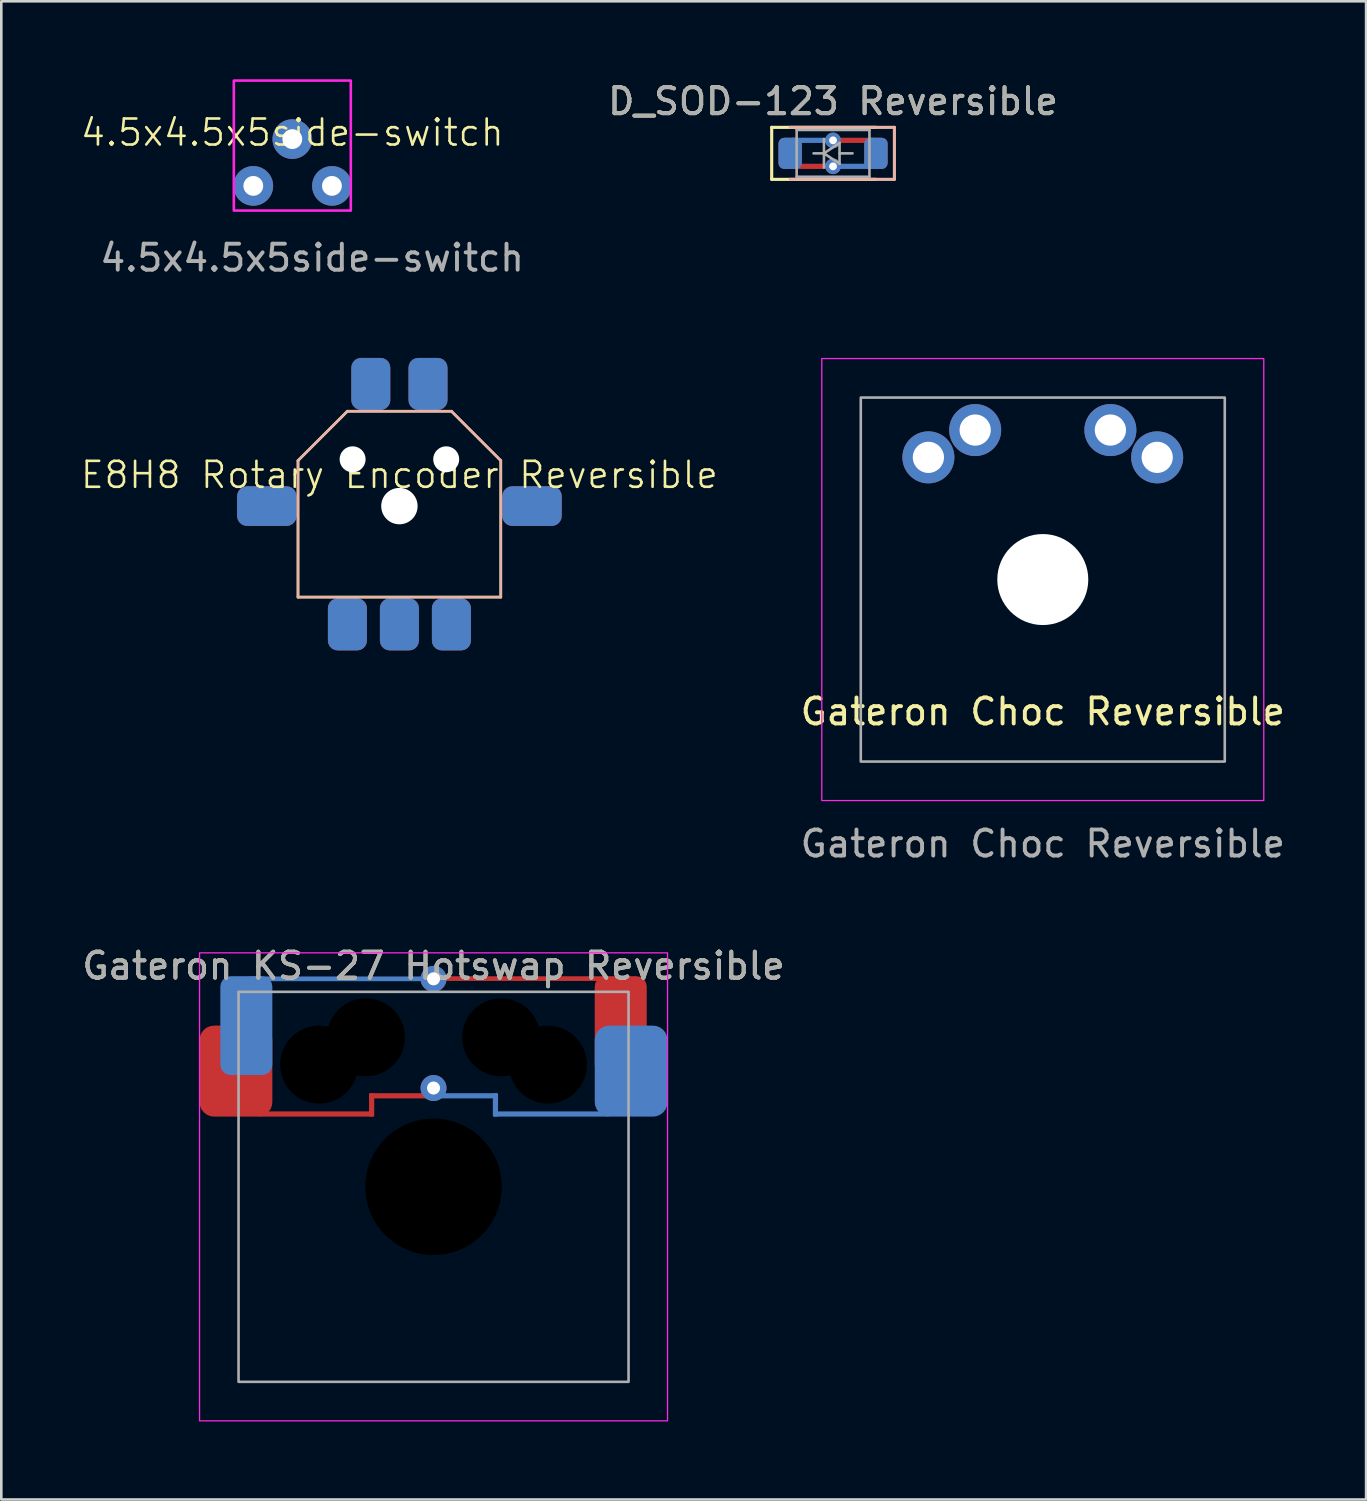
<source format=kicad_pcb>
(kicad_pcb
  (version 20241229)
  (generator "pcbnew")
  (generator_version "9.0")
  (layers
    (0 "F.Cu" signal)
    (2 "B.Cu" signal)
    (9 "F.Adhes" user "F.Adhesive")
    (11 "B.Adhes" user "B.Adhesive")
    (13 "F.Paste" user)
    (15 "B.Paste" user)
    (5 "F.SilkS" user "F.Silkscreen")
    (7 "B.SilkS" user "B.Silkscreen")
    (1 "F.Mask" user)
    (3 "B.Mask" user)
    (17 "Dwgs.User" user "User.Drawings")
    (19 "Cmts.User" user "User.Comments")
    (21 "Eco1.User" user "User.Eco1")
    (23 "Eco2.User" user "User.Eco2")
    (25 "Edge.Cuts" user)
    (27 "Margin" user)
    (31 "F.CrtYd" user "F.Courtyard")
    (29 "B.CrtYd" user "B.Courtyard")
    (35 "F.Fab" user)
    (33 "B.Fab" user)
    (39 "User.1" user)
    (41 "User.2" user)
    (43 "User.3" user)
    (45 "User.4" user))
  (footprint "4.5x4.5x5side-switch"
    (layer "F.Cu")
    (at 8.193 2.55)
    (property "Reference" "4.5x4.5x5side-switch" (at 0 -0.5 0) (unlocked yes) (layer "F.SilkS") (effects (font (size 1 1) (thickness 0.1))))
    (attr through_hole)
    (fp_rect (start -2.25 -2.5) (end 2.25 2.5) (stroke (width 0.1) (type default)) (fill no) (layer "F.CrtYd"))
    (fp_text user "${REFERENCE}" (at 0.762 4.318 0) (unlocked yes) (layer "F.Fab") (effects (font (size 1 1) (thickness 0.15))))
    (pad "1" thru_hole circle (at -1.5 1.55) (size 1.524 1.524) (drill 0.762) (layers "*.Cu" "*.Mask"))
    (pad "2" thru_hole circle (at 1.524 1.55) (size 1.524 1.524) (drill 0.762) (layers "*.Cu" "*.Mask"))
    (pad "3" thru_hole circle (at 0 -0.25) (size 1.524 1.524) (drill 0.762) (layers "*.Cu" "*.Mask")))
  (footprint "Gateron Choc Reversible"
    (layer "F.Cu")
    (at 37.058 19.241)
    (property "Reference" "Gateron Choc Reversible" (at 0 5.08 0) (unlocked yes) (layer "F.SilkS") (effects (font (size 1 1) (thickness 0.15))))
    (attr through_hole)
    (fp_rect (start -8.5 -8.5) (end 8.5 8.5) (stroke (width 0.05) (type solid)) (fill no) (layer "F.CrtYd"))
    (fp_rect (start -7 -7) (end 7 7) (stroke (width 0.1) (type solid)) (fill no) (layer "F.Fab"))
    (fp_text user "${REFERENCE}" (at 0 10.16 0) (unlocked yes) (layer "F.Fab") (effects (font (size 1 1) (thickness 0.15))))
    (pad "" np_thru_hole circle (at 0 0) (size 3.5 3.5) (drill 3.5) (layers "*.Cu" "*.Mask"))
    (pad "1" thru_hole circle (at -4.4 -4.7) (size 2 2) (drill 1.2) (layers "*.Cu" "*.Mask"))
    (pad "1" thru_hole circle (at -2.6 -5.75) (size 2 2) (drill 1.2) (layers "*.Cu" "*.Mask"))
    (pad "2" thru_hole circle (at 2.6 -5.75) (size 2 2) (drill 1.2) (layers "*.Cu" "*.Mask"))
    (pad "2" thru_hole circle (at 4.4 -4.7) (size 2 2) (drill 1.2) (layers "*.Cu" "*.Mask")))
  (footprint "Gateron KS-27 Hotswap Reversible"
    (layer "F.Cu")
    (at 13.625 42.598)
    (property "Reference" "Gateron KS-27 Hotswap Reversible" (at 0 -8.5 0) (unlocked yes) (layer "F.SilkS") (effects (font (size 1 1) (thickness 0.15))))
    (fp_rect (start 9 -9) (end -9 9) (stroke (width 0.05) (type solid)) (fill no) (layer "F.CrtYd"))
    (fp_rect (start 7.5 -7.5) (end -7.5 7.5) (stroke (width 0.1) (type solid)) (fill no) (layer "F.Fab"))
    (fp_text user "${REFERENCE}" (at 0 -8.5 0) (unlocked yes) (layer "F.Fab") (effects (font (size 1 1) (thickness 0.15))))
    (pad "" np_thru_hole circle (at -4.4 -4.7) (size 3 3) (drill 3) (layers "*.Mask"))
    (pad "" np_thru_hole circle (at -2.6 -5.75) (size 3 3) (drill 3) (layers "*.Mask"))
    (pad "" np_thru_hole circle (at 0 0) (size 5.25 5.25) (drill 5.25) (layers "*.Mask"))
    (pad "" np_thru_hole circle (at 2.6 -5.75) (size 3 3) (drill 3) (layers "*.Mask"))
    (pad "" np_thru_hole circle (at 4.4 -4.7) (size 3 3) (drill 3) (layers "*.Mask"))
    (pad "1" smd roundrect (at -7.6 -4.45) (size 2.8 3.5) (layers "F.Cu" "F.Mask" "F.Paste") (roundrect_rratio 0.2))
    (pad "1" smd roundrect (at -4.525 -2.8) (size 4.45 0.2) (layers "F.Cu" "F.Mask" "F.Paste") (roundrect_rratio 0.2))
    (pad "1" smd roundrect (at -2.381 -3.15) (size 0.2 0.9) (layers "F.Cu" "F.Mask" "F.Paste") (roundrect_rratio 0.2))
    (pad "1" smd roundrect (at -1.3 -3.5) (size 2.35 0.2) (layers "F.Cu" "F.Mask" "F.Paste") (roundrect_rratio 0.2))
    (pad "1" thru_hole circle (at 0 -3.8) (size 1 1) (drill 0.5) (layers "*.Cu" "*.Mask"))
    (pad "1" smd roundrect (at 1.3 -3.5) (size 2.35 0.2) (layers "B.Cu" "B.Mask" "B.Paste") (roundrect_rratio 0.2))
    (pad "1" smd roundrect (at 2.381 -3.15) (size 0.2 0.9) (layers "B.Cu" "B.Mask" "B.Paste") (roundrect_rratio 0.2))
    (pad "1" smd roundrect (at 4.525 -2.8) (size 4.45 0.2) (layers "B.Cu" "B.Mask" "B.Paste") (roundrect_rratio 0.2))
    (pad "1" smd roundrect (at 7.6 -4.45) (size 2.8 3.5) (layers "B.Cu" "B.Mask" "B.Paste") (roundrect_rratio 0.2))
    (pad "2" smd roundrect (at -7.2 -6.2) (size 2 3.8) (layers "B.Cu" "B.Mask" "B.Paste") (roundrect_rratio 0.2))
    (pad "2" smd roundrect (at -3.55 -8) (size 7.1 0.181) (layers "B.Cu" "B.Mask" "B.Paste") (roundrect_rratio 0.2))
    (pad "2" thru_hole circle (at 0 -8) (size 1 1) (drill 0.5) (layers "*.Cu" "*.Mask"))
    (pad "2" smd roundrect (at 3.413 -8.009) (size 6.575 0.181) (layers "F.Cu" "F.Mask" "F.Paste") (roundrect_rratio 0.2))
    (pad "2" smd roundrect (at 7.2 -6.2) (size 2 3.8) (layers "F.Cu" "F.Mask" "F.Paste") (roundrect_rratio 0.2)))
  (footprint "D_SOD-123 Reversible"
    (layer "F.Cu")
    (at 28.991 2.848)
    (property "Reference" "D_SOD-123 Reversible" (at 0 -2 0) (layer "F.SilkS") (effects (font (size 1 1) (thickness 0.15))))
    (attr smd)
    (fp_line (start -2.36 -1) (end -2.36 1) (stroke (width 0.12) (type solid)) (layer "F.SilkS"))
    (fp_line (start -2.36 -1) (end 1.65 -1) (stroke (width 0.12) (type solid)) (layer "F.SilkS"))
    (fp_line (start -2.36 1) (end 1.65 1) (stroke (width 0.12) (type solid)) (layer "F.SilkS"))
    (fp_line (start -1.65 -1) (end 2.36 -1) (stroke (width 0.12) (type solid)) (layer "B.SilkS"))
    (fp_line (start -1.65 1) (end 2.36 1) (stroke (width 0.12) (type solid)) (layer "B.SilkS"))
    (fp_line (start 2.36 1) (end 2.36 -1) (stroke (width 0.12) (type solid)) (layer "B.SilkS"))
    (fp_line (start -1.4 -0.9) (end 1.4 -0.9) (stroke (width 0.1) (type solid)) (layer "F.Fab"))
    (fp_line (start -1.4 0.9) (end -1.4 -0.9) (stroke (width 0.1) (type solid)) (layer "F.Fab"))
    (fp_line (start -0.75 0) (end -0.35 0) (stroke (width 0.1) (type solid)) (layer "F.Fab"))
    (fp_line (start -0.35 0) (end -0.35 -0.55) (stroke (width 0.1) (type solid)) (layer "F.Fab"))
    (fp_line (start -0.35 0) (end -0.35 0.55) (stroke (width 0.1) (type solid)) (layer "F.Fab"))
    (fp_line (start -0.35 0) (end 0.25 -0.4) (stroke (width 0.1) (type solid)) (layer "F.Fab"))
    (fp_line (start 0.25 -0.4) (end 0.25 0.4) (stroke (width 0.1) (type solid)) (layer "F.Fab"))
    (fp_line (start 0.25 0) (end 0.75 0) (stroke (width 0.1) (type solid)) (layer "F.Fab"))
    (fp_line (start 0.25 0.4) (end -0.35 0) (stroke (width 0.1) (type solid)) (layer "F.Fab"))
    (fp_line (start 1.4 -0.9) (end 1.4 0.9) (stroke (width 0.1) (type solid)) (layer "F.Fab"))
    (fp_line (start 1.4 0.9) (end -1.4 0.9) (stroke (width 0.1) (type solid)) (layer "F.Fab"))
    (fp_text user "${REFERENCE}" (at 0 -2 0) (layer "F.Fab") (effects (font (size 1 1) (thickness 0.15))))
    (pad "1" smd roundrect (at -1.65 0) (size 0.9 1.2) (layers "F.Cu" "F.Mask" "F.Paste") (roundrect_rratio 0.25))
    (pad "1" smd roundrect (at -0.8 0.5) (size 1.65 0.2) (layers "F.Cu" "F.Mask" "F.Paste") (roundrect_rratio 0.25))
    (pad "1" thru_hole circle (at 0 0.5) (size 0.6 0.6) (drill 0.3) (layers "*.Cu" "*.Mask"))
    (pad "1" smd roundrect (at 0.8 0.5) (size 1.65 0.2) (layers "B.Cu" "B.Mask" "B.Paste") (roundrect_rratio 0.25))
    (pad "1" smd roundrect (at 1.65 0) (size 0.9 1.2) (layers "B.Cu" "B.Mask" "B.Paste") (roundrect_rratio 0.25))
    (pad "2" smd roundrect (at -1.65 0) (size 0.9 1.2) (layers "B.Cu" "B.Mask" "B.Paste") (roundrect_rratio 0.25))
    (pad "2" smd roundrect (at -0.8 -0.5) (size 1.65 0.2) (layers "B.Cu" "B.Mask" "B.Paste") (roundrect_rratio 0.25))
    (pad "2" thru_hole circle (at 0 -0.5) (size 0.6 0.6) (drill 0.3) (layers "*.Cu" "*.Mask"))
    (pad "2" smd roundrect (at 0.8 -0.5) (size 1.65 0.2) (layers "F.Cu" "F.Mask" "F.Paste") (roundrect_rratio 0.25))
    (pad "2" smd roundrect (at 1.65 0) (size 0.9 1.2) (layers "F.Cu" "F.Mask" "F.Paste") (roundrect_rratio 0.25)))
  (footprint "E8H8 Rotary Encoder Reversible"
    (layer "F.Cu")
    (at 12.312 16.416)
    (property "Reference" "E8H8 Rotary Encoder Reversible" (at 0 -1.2 0) (unlocked yes) (layer "F.SilkS") (effects (font (size 1 1) (thickness 0.1))))
    (attr smd)
    (fp_line (start -3.9 -1.75) (end -2 -3.65) (stroke (width 0.1) (type default)) (layer "F.SilkS"))
    (fp_line (start -3.9 3.5) (end -3.9 -1.75) (stroke (width 0.1) (type default)) (layer "F.SilkS"))
    (fp_line (start -2 -3.65) (end 2 -3.65) (stroke (width 0.1) (type default)) (layer "F.SilkS"))
    (fp_line (start 2 -3.65) (end 3.9 -1.75) (stroke (width 0.1) (type default)) (layer "F.SilkS"))
    (fp_line (start 3.9 -1.75) (end 3.9 3.5) (stroke (width 0.1) (type default)) (layer "F.SilkS"))
    (fp_line (start 3.9 3.5) (end -3.9 3.5) (stroke (width 0.1) (type default)) (layer "F.SilkS"))
    (fp_line (start -3.9 -1.75) (end -2 -3.65) (stroke (width 0.1) (type default)) (layer "B.SilkS"))
    (fp_line (start -3.9 3.5) (end -3.9 -1.75) (stroke (width 0.1) (type default)) (layer "B.SilkS"))
    (fp_line (start -2 -3.65) (end 2 -3.65) (stroke (width 0.1) (type default)) (layer "B.SilkS"))
    (fp_line (start 2 -3.65) (end 3.9 -1.75) (stroke (width 0.1) (type default)) (layer "B.SilkS"))
    (fp_line (start 3.9 -1.75) (end 3.9 3.5) (stroke (width 0.1) (type default)) (layer "B.SilkS"))
    (fp_line (start 3.9 3.5) (end -3.9 3.5) (stroke (width 0.1) (type default)) (layer "B.SilkS"))
    (pad "" np_thru_hole circle (at -1.8 -1.8) (size 1 1) (drill 1) (layers "*.Cu" "*.Mask"))
    (pad "" np_thru_hole circle (at 0 0) (size 1.3 1.3) (drill 1.3) (layers "*.Cu" "*.Mask"))
    (pad "" np_thru_hole circle (at 0 0) (size 1.4 1.4) (drill 1.4) (layers "*.Cu" "*.Mask"))
    (pad "" np_thru_hole circle (at 1.8 -1.8) (size 1 1) (drill 1) (layers "*.Cu" "*.Mask"))
    (pad "A" smd roundrect (at -2 4.55) (size 1.5 2) (layers "F.Cu" "F.Mask" "F.Paste") (roundrect_rratio 0.25))
    (pad "A" smd roundrect (at 2 4.55) (size 1.5 2) (layers "B.Cu" "B.Mask" "B.Paste") (roundrect_rratio 0.25))
    (pad "B" smd roundrect (at -2 4.55) (size 1.5 2) (layers "B.Cu" "B.Mask" "B.Paste") (roundrect_rratio 0.25))
    (pad "B" smd roundrect (at 2 4.55) (size 1.5 2) (layers "F.Cu" "F.Mask" "F.Paste") (roundrect_rratio 0.25))
    (pad "C" smd roundrect (at 0 4.55) (size 1.5 2) (layers "F.Cu" "F.Mask" "F.Paste") (roundrect_rratio 0.25))
    (pad "C" smd roundrect (at 0 4.55) (size 1.5 2) (layers "B.Cu" "B.Mask" "B.Paste") (roundrect_rratio 0.25))
    (pad "MP" smd roundrect (at -5.1 0) (size 2.286 1.524) (layers "F.Cu" "F.Mask" "F.Paste") (roundrect_rratio 0.25))
    (pad "MP" smd roundrect (at -5.1 0) (size 2.286 1.524) (layers "B.Cu" "B.Mask" "B.Paste") (roundrect_rratio 0.25))
    (pad "MP" smd roundrect (at 5.1 0) (size 2.286 1.524) (layers "F.Cu" "F.Mask" "F.Paste") (roundrect_rratio 0.25))
    (pad "MP" smd roundrect (at 5.1 0) (size 2.286 1.524) (layers "B.Cu" "B.Mask" "B.Paste") (roundrect_rratio 0.25))
    (pad "S1" smd roundrect (at -1.1 -4.7) (size 1.5 2) (layers "F.Cu" "F.Mask" "F.Paste") (roundrect_rratio 0.25))
    (pad "S1" smd roundrect (at 1.1 -4.7) (size 1.5 2) (layers "B.Cu" "B.Mask" "B.Paste") (roundrect_rratio 0.25))
    (pad "S2" smd roundrect (at -1.1 -4.7) (size 1.5 2) (layers "B.Cu" "B.Mask" "B.Paste") (roundrect_rratio 0.25))
    (pad "S2" smd roundrect (at 1.1 -4.7) (size 1.5 2) (layers "F.Cu" "F.Mask" "F.Paste") (roundrect_rratio 0.25)))
  (gr_rect
    (start -3 -3)
    (end 49.493 54.623)
    (stroke (width 0.1) (type default))
    (fill no)
    (layer "Edge.Cuts")))
</source>
